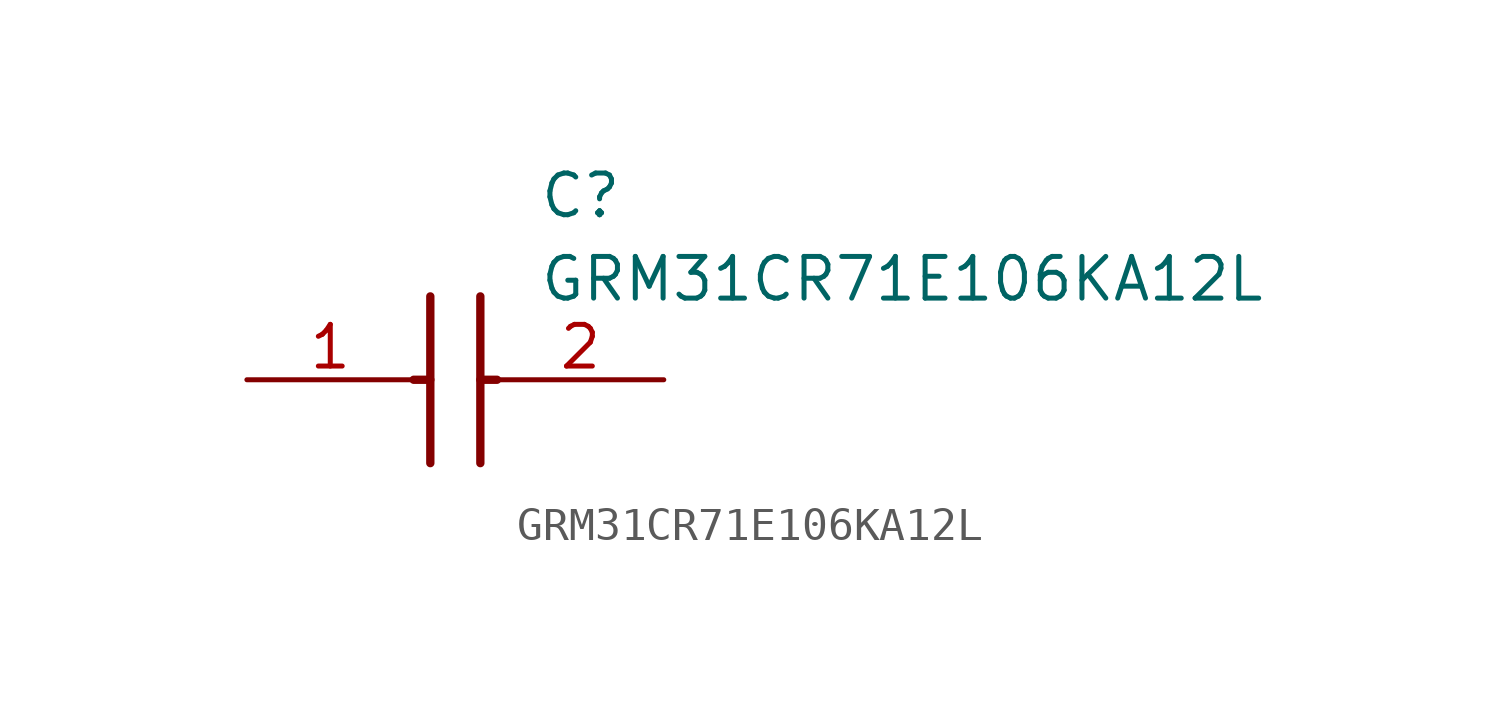
<source format=kicad_sym>
(kicad_symbol_lib
  (version 20211014)
  (generator SamacSys_ECAD_Model)
  (symbol "GRM31CR71E106KA12L"
    (pin_names hide)
    (property "Reference" "C"
      (at 8.89 6.35 0)
      (effects (font (size 1.27 1.27)) (justify left top)))
    (property "Value" "GRM31CR71E106KA12L"
      (at 8.89 3.81 0)
      (effects (font (size 1.27 1.27)) (justify left top)))
    (polyline
      (pts (xy 5.588 2.54) (xy 5.588 -2.54))
      (stroke (width 0.254) (type default))
      (fill (type none)))
    (polyline
      (pts (xy 7.112 2.54) (xy 7.112 -2.54))
      (stroke (width 0.254) (type default))
      (fill (type none)))
    (polyline
      (pts (xy 5.08 0) (xy 5.588 0))
      (stroke (width 0.254) (type default))
      (fill (type none)))
    (polyline
      (pts (xy 7.112 0) (xy 7.62 0))
      (stroke (width 0.254) (type default))
      (fill (type none)))
    (pin passive line
      (at 0 0 0)
      (length 5.08)
      (name "1" (effects (font (size 1.27 1.27))))
      (number "1" (effects (font (size 1.27 1.27)))))
    (pin passive line
      (at 12.7 0 180)
      (length 5.08)
      (name "2" (effects (font (size 1.27 1.27))))
      (number "2" (effects (font (size 1.27 1.27)))))))
</source>
